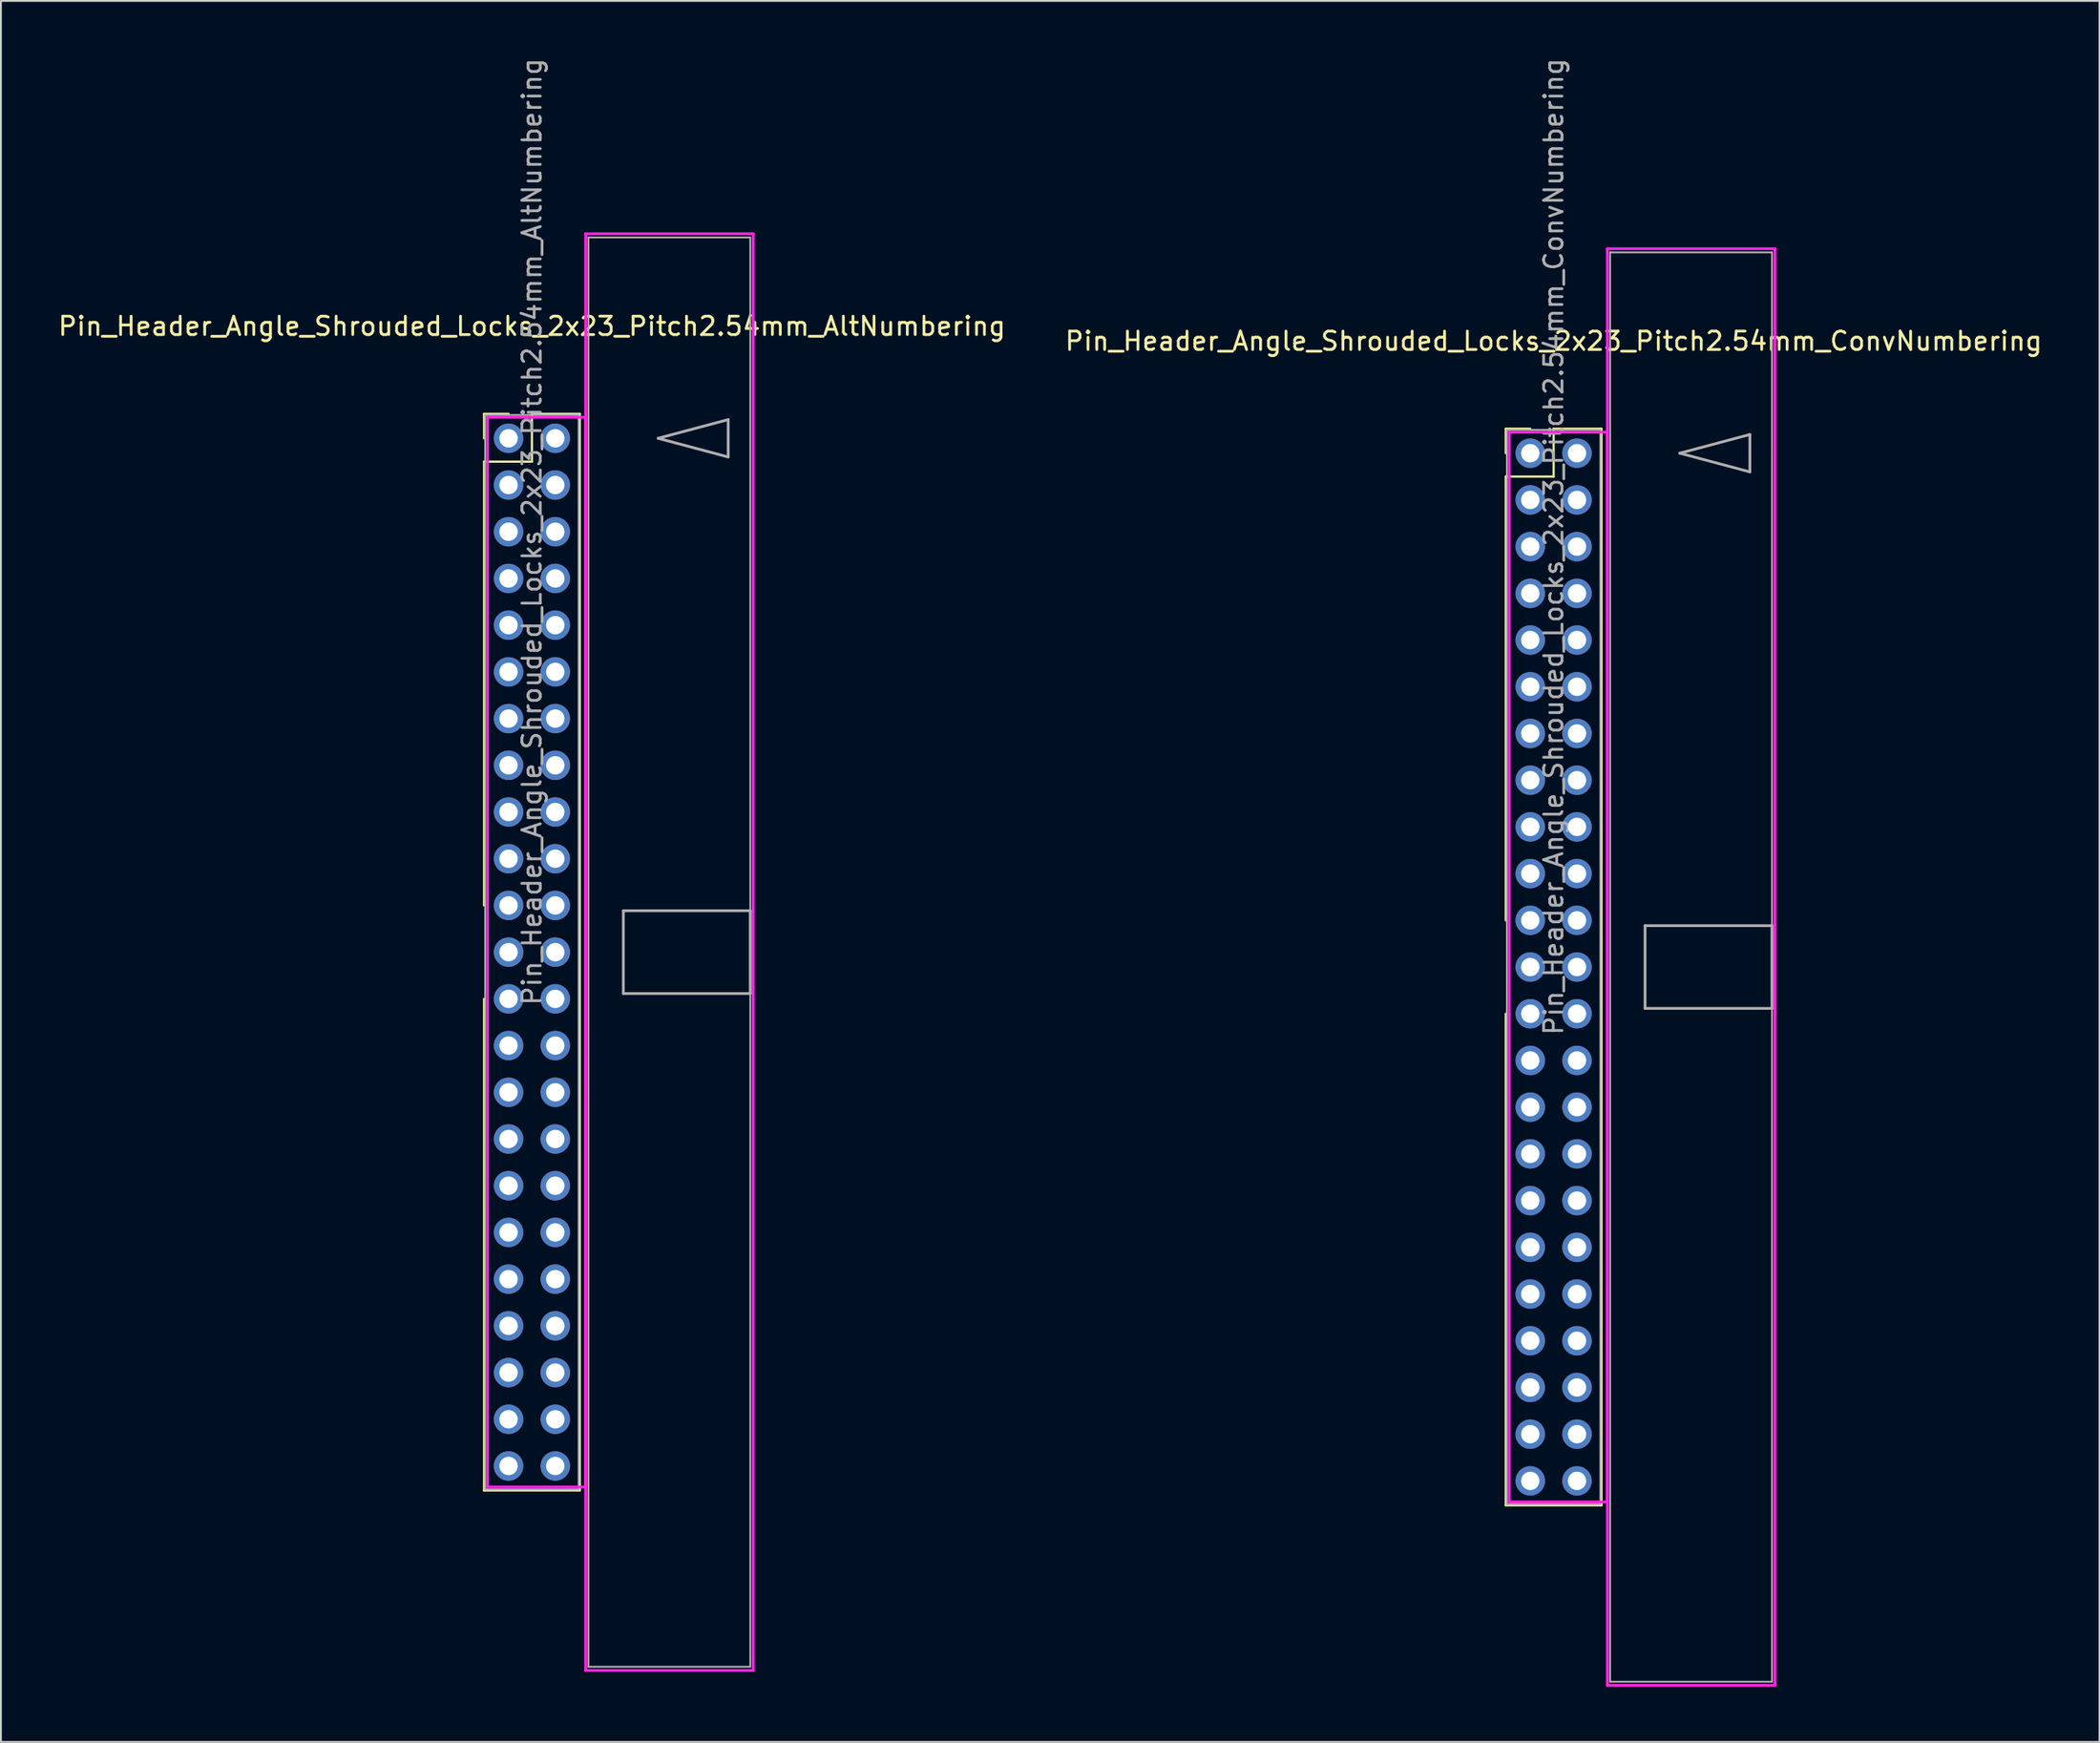
<source format=kicad_pcb>
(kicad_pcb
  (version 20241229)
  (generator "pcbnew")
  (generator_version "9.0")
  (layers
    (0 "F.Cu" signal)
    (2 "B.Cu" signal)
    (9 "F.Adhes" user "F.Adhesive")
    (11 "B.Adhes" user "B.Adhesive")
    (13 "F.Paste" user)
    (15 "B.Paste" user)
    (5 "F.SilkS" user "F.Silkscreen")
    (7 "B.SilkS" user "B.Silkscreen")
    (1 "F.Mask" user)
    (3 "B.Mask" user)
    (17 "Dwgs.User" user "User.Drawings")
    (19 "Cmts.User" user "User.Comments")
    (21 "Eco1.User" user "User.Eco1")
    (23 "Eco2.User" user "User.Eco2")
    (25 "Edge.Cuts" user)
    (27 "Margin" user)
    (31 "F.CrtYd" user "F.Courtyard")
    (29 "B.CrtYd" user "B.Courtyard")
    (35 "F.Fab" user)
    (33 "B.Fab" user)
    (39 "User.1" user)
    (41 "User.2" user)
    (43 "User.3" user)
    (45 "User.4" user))
  (footprint "Pin_Header_Angle_Shrouded_Locks_2x23_Pitch2.54mm_ConvNumbering"
    (layer "F.Cu")
    (at 80.129 21.593)
    (property "Reference" "Pin_Header_Angle_Shrouded_Locks_2x23_Pitch2.54mm_ConvNumbering" (at 1.27 -6.096 0) (layer "F.SilkS") (effects (font (size 1 1) (thickness 0.15))))
    (attr through_hole)
    (fp_line (start -1.33 -1.33) (end 0 -1.33) (stroke (width 0.12) (type solid)) (layer "F.SilkS"))
    (fp_line (start -1.33 0) (end -1.33 -1.33) (stroke (width 0.12) (type solid)) (layer "F.SilkS"))
    (fp_line (start -1.33 1.27) (end -1.33 25.4) (stroke (width 0.12) (type solid)) (layer "F.SilkS"))
    (fp_line (start -1.33 1.27) (end 1.27 1.27) (stroke (width 0.12) (type solid)) (layer "F.SilkS"))
    (fp_line (start -1.33 30.48) (end -1.33 57.21) (stroke (width 0.12) (type solid)) (layer "F.SilkS"))
    (fp_line (start -1.33 57.21) (end 3.87 57.21) (stroke (width 0.12) (type solid)) (layer "F.SilkS"))
    (fp_line (start 1.27 -1.33) (end 3.87 -1.33) (stroke (width 0.12) (type solid)) (layer "F.SilkS"))
    (fp_line (start 1.27 1.27) (end 1.27 -1.33) (stroke (width 0.12) (type solid)) (layer "F.SilkS"))
    (fp_line (start 3.87 -1.33) (end 3.87 57.21) (stroke (width 0.12) (type solid)) (layer "F.SilkS"))
    (fp_line (start -1.143 -1.143) (end -1.143 57.023) (stroke (width 0.15) (type solid)) (layer "F.CrtYd"))
    (fp_line (start -1.143 57.023) (end 4.19 57.023) (stroke (width 0.15) (type solid)) (layer "F.CrtYd"))
    (fp_line (start 4.19 -11.12) (end 4.19 67) (stroke (width 0.15) (type solid)) (layer "F.CrtYd"))
    (fp_line (start 4.19 -1.143) (end -1.143 -1.143) (stroke (width 0.15) (type solid)) (layer "F.CrtYd"))
    (fp_line (start 4.19 57.023) (end 4.19 -1.143) (stroke (width 0.15) (type solid)) (layer "F.CrtYd"))
    (fp_line (start 4.19 67) (end 13.3 67) (stroke (width 0.15) (type solid)) (layer "F.CrtYd"))
    (fp_line (start 13.3 -11.12) (end 4.19 -11.12) (stroke (width 0.15) (type solid)) (layer "F.CrtYd"))
    (fp_line (start 13.3 67) (end 13.3 -11.12) (stroke (width 0.15) (type solid)) (layer "F.CrtYd"))
    (fp_line (start -1.27 -1.27) (end -1.27 57.15) (stroke (width 0.1) (type solid)) (layer "F.Fab"))
    (fp_line (start -1.27 57.15) (end 3.81 57.15) (stroke (width 0.1) (type solid)) (layer "F.Fab"))
    (fp_line (start 3.81 -1.27) (end -1.27 -1.27) (stroke (width 0.1) (type solid)) (layer "F.Fab"))
    (fp_line (start 3.81 57.15) (end 3.81 -1.27) (stroke (width 0.1) (type solid)) (layer "F.Fab"))
    (fp_line (start 4.34 -10.92) (end 4.34 66.8) (stroke (width 0.1) (type solid)) (layer "F.Fab"))
    (fp_line (start 4.34 66.8) (end 13.14 66.8) (stroke (width 0.1) (type solid)) (layer "F.Fab"))
    (fp_line (start 6.24 25.69) (end 6.24 30.19) (stroke (width 0.15) (type solid)) (layer "F.Fab"))
    (fp_line (start 6.24 30.19) (end 13.14 30.19) (stroke (width 0.15) (type solid)) (layer "F.Fab"))
    (fp_line (start 8.128 0) (end 11.938 -1.016) (stroke (width 0.15) (type solid)) (layer "F.Fab"))
    (fp_line (start 11.938 -1.016) (end 11.938 1.016) (stroke (width 0.15) (type solid)) (layer "F.Fab"))
    (fp_line (start 11.938 1.016) (end 8.128 0) (stroke (width 0.15) (type solid)) (layer "F.Fab"))
    (fp_line (start 13.14 -10.92) (end 4.34 -10.92) (stroke (width 0.1) (type solid)) (layer "F.Fab"))
    (fp_line (start 13.14 25.69) (end 6.24 25.69) (stroke (width 0.15) (type solid)) (layer "F.Fab"))
    (fp_line (start 13.14 30.19) (end 13.14 25.69) (stroke (width 0.15) (type solid)) (layer "F.Fab"))
    (fp_line (start 13.14 66.8) (end 13.14 -10.92) (stroke (width 0.1) (type solid)) (layer "F.Fab"))
    (fp_text user "${REFERENCE}" (at 1.27 5.08 90) (layer "F.Fab") (effects (font (size 1 1) (thickness 0.15))))
    (pad "1" thru_hole oval (at 0 0) (size 1.6 1.6) (drill 1) (layers "*.Cu" "*.Mask"))
    (pad "2" thru_hole oval (at 2.54 0) (size 1.6 1.6) (drill 1) (layers "*.Cu" "*.Mask"))
    (pad "3" thru_hole oval (at 0 2.54) (size 1.6 1.6) (drill 1) (layers "*.Cu" "*.Mask"))
    (pad "4" thru_hole oval (at 2.54 2.54) (size 1.6 1.6) (drill 1) (layers "*.Cu" "*.Mask"))
    (pad "5" thru_hole oval (at 0 5.08) (size 1.6 1.6) (drill 1) (layers "*.Cu" "*.Mask"))
    (pad "6" thru_hole oval (at 2.54 5.08) (size 1.6 1.6) (drill 1) (layers "*.Cu" "*.Mask"))
    (pad "7" thru_hole oval (at 0 7.62) (size 1.6 1.6) (drill 1) (layers "*.Cu" "*.Mask"))
    (pad "8" thru_hole oval (at 2.54 7.62) (size 1.6 1.6) (drill 1) (layers "*.Cu" "*.Mask"))
    (pad "9" thru_hole oval (at 0 10.16) (size 1.6 1.6) (drill 1) (layers "*.Cu" "*.Mask"))
    (pad "10" thru_hole oval (at 2.54 10.16) (size 1.6 1.6) (drill 1) (layers "*.Cu" "*.Mask"))
    (pad "11" thru_hole oval (at 0 12.7) (size 1.6 1.6) (drill 1) (layers "*.Cu" "*.Mask"))
    (pad "12" thru_hole oval (at 2.54 12.7) (size 1.6 1.6) (drill 1) (layers "*.Cu" "*.Mask"))
    (pad "13" thru_hole oval (at 0 15.24) (size 1.6 1.6) (drill 1) (layers "*.Cu" "*.Mask"))
    (pad "14" thru_hole oval (at 2.54 15.24) (size 1.6 1.6) (drill 1) (layers "*.Cu" "*.Mask"))
    (pad "15" thru_hole oval (at 0 17.78) (size 1.6 1.6) (drill 1) (layers "*.Cu" "*.Mask"))
    (pad "16" thru_hole oval (at 2.54 17.78) (size 1.6 1.6) (drill 1) (layers "*.Cu" "*.Mask"))
    (pad "17" thru_hole oval (at 0 20.32) (size 1.6 1.6) (drill 1) (layers "*.Cu" "*.Mask"))
    (pad "18" thru_hole oval (at 2.54 20.32) (size 1.6 1.6) (drill 1) (layers "*.Cu" "*.Mask"))
    (pad "19" thru_hole oval (at 0 22.86) (size 1.6 1.6) (drill 1) (layers "*.Cu" "*.Mask"))
    (pad "20" thru_hole oval (at 2.54 22.86) (size 1.6 1.6) (drill 1) (layers "*.Cu" "*.Mask"))
    (pad "21" thru_hole oval (at 0 25.4) (size 1.6 1.6) (drill 1) (layers "*.Cu" "*.Mask"))
    (pad "22" thru_hole oval (at 2.54 25.4) (size 1.6 1.6) (drill 1) (layers "*.Cu" "*.Mask"))
    (pad "23" thru_hole oval (at 0 27.94) (size 1.6 1.6) (drill 1) (layers "*.Cu" "*.Mask"))
    (pad "24" thru_hole oval (at 2.54 27.94) (size 1.6 1.6) (drill 1) (layers "*.Cu" "*.Mask"))
    (pad "25" thru_hole oval (at 0 30.48) (size 1.6 1.6) (drill 1) (layers "*.Cu" "*.Mask"))
    (pad "26" thru_hole oval (at 2.54 30.48) (size 1.6 1.6) (drill 1) (layers "*.Cu" "*.Mask"))
    (pad "27" thru_hole oval (at 0 33.02) (size 1.6 1.6) (drill 1) (layers "*.Cu" "*.Mask"))
    (pad "28" thru_hole oval (at 2.54 33.02) (size 1.6 1.6) (drill 1) (layers "*.Cu" "*.Mask"))
    (pad "29" thru_hole oval (at 0 35.56) (size 1.6 1.6) (drill 1) (layers "*.Cu" "*.Mask"))
    (pad "30" thru_hole oval (at 2.54 35.56) (size 1.6 1.6) (drill 1) (layers "*.Cu" "*.Mask"))
    (pad "31" thru_hole oval (at 0 38.1) (size 1.6 1.6) (drill 1) (layers "*.Cu" "*.Mask"))
    (pad "32" thru_hole oval (at 2.54 38.1) (size 1.6 1.6) (drill 1) (layers "*.Cu" "*.Mask"))
    (pad "33" thru_hole oval (at 0 40.64) (size 1.6 1.6) (drill 1) (layers "*.Cu" "*.Mask"))
    (pad "34" thru_hole oval (at 2.54 40.64) (size 1.6 1.6) (drill 1) (layers "*.Cu" "*.Mask"))
    (pad "35" thru_hole oval (at 0 43.18) (size 1.6 1.6) (drill 1) (layers "*.Cu" "*.Mask"))
    (pad "36" thru_hole oval (at 2.54 43.18) (size 1.6 1.6) (drill 1) (layers "*.Cu" "*.Mask"))
    (pad "37" thru_hole oval (at 0 45.72) (size 1.6 1.6) (drill 1) (layers "*.Cu" "*.Mask"))
    (pad "38" thru_hole oval (at 2.54 45.72) (size 1.6 1.6) (drill 1) (layers "*.Cu" "*.Mask"))
    (pad "39" thru_hole oval (at 0 48.26) (size 1.6 1.6) (drill 1) (layers "*.Cu" "*.Mask"))
    (pad "40" thru_hole oval (at 2.54 48.26) (size 1.6 1.6) (drill 1) (layers "*.Cu" "*.Mask"))
    (pad "41" thru_hole oval (at 0 50.8) (size 1.6 1.6) (drill 1) (layers "*.Cu" "*.Mask"))
    (pad "42" thru_hole oval (at 2.54 50.8) (size 1.6 1.6) (drill 1) (layers "*.Cu" "*.Mask"))
    (pad "43" thru_hole oval (at 0 53.34) (size 1.6 1.6) (drill 1) (layers "*.Cu" "*.Mask"))
    (pad "44" thru_hole oval (at 2.54 53.34) (size 1.6 1.6) (drill 1) (layers "*.Cu" "*.Mask"))
    (pad "45" thru_hole oval (at 0 55.88) (size 1.6 1.6) (drill 1) (layers "*.Cu" "*.Mask"))
    (pad "46" thru_hole oval (at 2.54 55.88) (size 1.6 1.6) (drill 1) (layers "*.Cu" "*.Mask")))
  (footprint "Pin_Header_Angle_Shrouded_Locks_2x23_Pitch2.54mm_AltNumbering"
    (layer "F.Cu")
    (at 24.593 20.783)
    (property "Reference" "Pin_Header_Angle_Shrouded_Locks_2x23_Pitch2.54mm_AltNumbering" (at 1.27 -6.096 0) (layer "F.SilkS") (effects (font (size 1 1) (thickness 0.15))))
    (attr through_hole)
    (fp_line (start -1.33 -1.33) (end 0 -1.33) (stroke (width 0.12) (type solid)) (layer "F.SilkS"))
    (fp_line (start -1.33 0) (end -1.33 -1.33) (stroke (width 0.12) (type solid)) (layer "F.SilkS"))
    (fp_line (start -1.33 1.27) (end -1.33 25.4) (stroke (width 0.12) (type solid)) (layer "F.SilkS"))
    (fp_line (start -1.33 1.27) (end 1.27 1.27) (stroke (width 0.12) (type solid)) (layer "F.SilkS"))
    (fp_line (start -1.33 30.48) (end -1.33 57.21) (stroke (width 0.12) (type solid)) (layer "F.SilkS"))
    (fp_line (start -1.33 57.21) (end 3.87 57.21) (stroke (width 0.12) (type solid)) (layer "F.SilkS"))
    (fp_line (start 1.27 -1.33) (end 3.87 -1.33) (stroke (width 0.12) (type solid)) (layer "F.SilkS"))
    (fp_line (start 1.27 1.27) (end 1.27 -1.33) (stroke (width 0.12) (type solid)) (layer "F.SilkS"))
    (fp_line (start 3.87 -1.33) (end 3.87 57.21) (stroke (width 0.12) (type solid)) (layer "F.SilkS"))
    (fp_line (start -1.143 -1.143) (end -1.143 57.023) (stroke (width 0.15) (type solid)) (layer "F.CrtYd"))
    (fp_line (start -1.143 57.023) (end 4.19 57.023) (stroke (width 0.15) (type solid)) (layer "F.CrtYd"))
    (fp_line (start 4.19 -11.12) (end 4.19 67) (stroke (width 0.15) (type solid)) (layer "F.CrtYd"))
    (fp_line (start 4.19 -1.143) (end -1.143 -1.143) (stroke (width 0.15) (type solid)) (layer "F.CrtYd"))
    (fp_line (start 4.19 57.023) (end 4.19 -1.143) (stroke (width 0.15) (type solid)) (layer "F.CrtYd"))
    (fp_line (start 4.19 67) (end 13.3 67) (stroke (width 0.15) (type solid)) (layer "F.CrtYd"))
    (fp_line (start 13.3 -11.12) (end 4.19 -11.12) (stroke (width 0.15) (type solid)) (layer "F.CrtYd"))
    (fp_line (start 13.3 67) (end 13.3 -11.12) (stroke (width 0.15) (type solid)) (layer "F.CrtYd"))
    (fp_line (start -1.27 -1.27) (end -1.27 57.15) (stroke (width 0.1) (type solid)) (layer "F.Fab"))
    (fp_line (start -1.27 57.15) (end 3.81 57.15) (stroke (width 0.1) (type solid)) (layer "F.Fab"))
    (fp_line (start 3.81 -1.27) (end -1.27 -1.27) (stroke (width 0.1) (type solid)) (layer "F.Fab"))
    (fp_line (start 3.81 57.15) (end 3.81 -1.27) (stroke (width 0.1) (type solid)) (layer "F.Fab"))
    (fp_line (start 4.34 -10.92) (end 4.34 66.8) (stroke (width 0.1) (type solid)) (layer "F.Fab"))
    (fp_line (start 4.34 66.8) (end 13.14 66.8) (stroke (width 0.1) (type solid)) (layer "F.Fab"))
    (fp_line (start 6.24 25.69) (end 6.24 30.19) (stroke (width 0.15) (type solid)) (layer "F.Fab"))
    (fp_line (start 6.24 30.19) (end 13.14 30.19) (stroke (width 0.15) (type solid)) (layer "F.Fab"))
    (fp_line (start 8.128 0) (end 11.938 -1.016) (stroke (width 0.15) (type solid)) (layer "F.Fab"))
    (fp_line (start 11.938 -1.016) (end 11.938 1.016) (stroke (width 0.15) (type solid)) (layer "F.Fab"))
    (fp_line (start 11.938 1.016) (end 8.128 0) (stroke (width 0.15) (type solid)) (layer "F.Fab"))
    (fp_line (start 13.14 -10.92) (end 4.34 -10.92) (stroke (width 0.1) (type solid)) (layer "F.Fab"))
    (fp_line (start 13.14 25.69) (end 6.24 25.69) (stroke (width 0.15) (type solid)) (layer "F.Fab"))
    (fp_line (start 13.14 30.19) (end 13.14 25.69) (stroke (width 0.15) (type solid)) (layer "F.Fab"))
    (fp_line (start 13.14 66.8) (end 13.14 -10.92) (stroke (width 0.1) (type solid)) (layer "F.Fab"))
    (fp_text user "${REFERENCE}" (at 1.27 5.08 90) (layer "F.Fab") (effects (font (size 1 1) (thickness 0.15))))
    (pad "1" thru_hole oval (at 0 0) (size 1.6 1.6) (drill 1) (layers "*.Cu" "*.Mask"))
    (pad "2" thru_hole oval (at 0 2.54) (size 1.6 1.6) (drill 1) (layers "*.Cu" "*.Mask"))
    (pad "3" thru_hole oval (at 0 5.08) (size 1.6 1.6) (drill 1) (layers "*.Cu" "*.Mask"))
    (pad "4" thru_hole oval (at 0 7.62) (size 1.6 1.6) (drill 1) (layers "*.Cu" "*.Mask"))
    (pad "5" thru_hole oval (at 0 10.16) (size 1.6 1.6) (drill 1) (layers "*.Cu" "*.Mask"))
    (pad "6" thru_hole oval (at 0 12.7) (size 1.6 1.6) (drill 1) (layers "*.Cu" "*.Mask"))
    (pad "7" thru_hole oval (at 0 15.24) (size 1.6 1.6) (drill 1) (layers "*.Cu" "*.Mask"))
    (pad "8" thru_hole oval (at 0 17.78) (size 1.6 1.6) (drill 1) (layers "*.Cu" "*.Mask"))
    (pad "9" thru_hole oval (at 0 20.32) (size 1.6 1.6) (drill 1) (layers "*.Cu" "*.Mask"))
    (pad "10" thru_hole oval (at 0 22.86) (size 1.6 1.6) (drill 1) (layers "*.Cu" "*.Mask"))
    (pad "11" thru_hole oval (at 0 25.4) (size 1.6 1.6) (drill 1) (layers "*.Cu" "*.Mask"))
    (pad "12" thru_hole oval (at 0 27.94) (size 1.6 1.6) (drill 1) (layers "*.Cu" "*.Mask"))
    (pad "13" thru_hole oval (at 0 30.48) (size 1.6 1.6) (drill 1) (layers "*.Cu" "*.Mask"))
    (pad "14" thru_hole oval (at 0 33.02) (size 1.6 1.6) (drill 1) (layers "*.Cu" "*.Mask"))
    (pad "15" thru_hole oval (at 0 35.56) (size 1.6 1.6) (drill 1) (layers "*.Cu" "*.Mask"))
    (pad "16" thru_hole oval (at 0 38.1) (size 1.6 1.6) (drill 1) (layers "*.Cu" "*.Mask"))
    (pad "17" thru_hole oval (at 0 40.64) (size 1.6 1.6) (drill 1) (layers "*.Cu" "*.Mask"))
    (pad "18" thru_hole oval (at 0 43.18) (size 1.6 1.6) (drill 1) (layers "*.Cu" "*.Mask"))
    (pad "19" thru_hole oval (at 0 45.72) (size 1.6 1.6) (drill 1) (layers "*.Cu" "*.Mask"))
    (pad "20" thru_hole oval (at 0 48.26) (size 1.6 1.6) (drill 1) (layers "*.Cu" "*.Mask"))
    (pad "21" thru_hole oval (at 0 50.8) (size 1.6 1.6) (drill 1) (layers "*.Cu" "*.Mask"))
    (pad "22" thru_hole oval (at 0 53.34) (size 1.6 1.6) (drill 1) (layers "*.Cu" "*.Mask"))
    (pad "23" thru_hole oval (at 0 55.88) (size 1.6 1.6) (drill 1) (layers "*.Cu" "*.Mask"))
    (pad "24" thru_hole oval (at 2.54 0) (size 1.6 1.6) (drill 1) (layers "*.Cu" "*.Mask"))
    (pad "25" thru_hole oval (at 2.54 2.54) (size 1.6 1.6) (drill 1) (layers "*.Cu" "*.Mask"))
    (pad "26" thru_hole oval (at 2.54 5.08) (size 1.6 1.6) (drill 1) (layers "*.Cu" "*.Mask"))
    (pad "27" thru_hole oval (at 2.54 7.62) (size 1.6 1.6) (drill 1) (layers "*.Cu" "*.Mask"))
    (pad "28" thru_hole oval (at 2.54 10.16) (size 1.6 1.6) (drill 1) (layers "*.Cu" "*.Mask"))
    (pad "29" thru_hole oval (at 2.54 12.7) (size 1.6 1.6) (drill 1) (layers "*.Cu" "*.Mask"))
    (pad "30" thru_hole oval (at 2.54 15.24) (size 1.6 1.6) (drill 1) (layers "*.Cu" "*.Mask"))
    (pad "31" thru_hole oval (at 2.54 17.78) (size 1.6 1.6) (drill 1) (layers "*.Cu" "*.Mask"))
    (pad "32" thru_hole oval (at 2.54 20.32) (size 1.6 1.6) (drill 1) (layers "*.Cu" "*.Mask"))
    (pad "33" thru_hole oval (at 2.54 22.86) (size 1.6 1.6) (drill 1) (layers "*.Cu" "*.Mask"))
    (pad "34" thru_hole oval (at 2.54 25.4) (size 1.6 1.6) (drill 1) (layers "*.Cu" "*.Mask"))
    (pad "35" thru_hole oval (at 2.54 27.94) (size 1.6 1.6) (drill 1) (layers "*.Cu" "*.Mask"))
    (pad "36" thru_hole oval (at 2.54 30.48) (size 1.6 1.6) (drill 1) (layers "*.Cu" "*.Mask"))
    (pad "37" thru_hole oval (at 2.54 33.02) (size 1.6 1.6) (drill 1) (layers "*.Cu" "*.Mask"))
    (pad "38" thru_hole oval (at 2.54 35.56) (size 1.6 1.6) (drill 1) (layers "*.Cu" "*.Mask"))
    (pad "39" thru_hole oval (at 2.54 38.1) (size 1.6 1.6) (drill 1) (layers "*.Cu" "*.Mask"))
    (pad "40" thru_hole oval (at 2.54 40.64) (size 1.6 1.6) (drill 1) (layers "*.Cu" "*.Mask"))
    (pad "41" thru_hole oval (at 2.54 43.18) (size 1.6 1.6) (drill 1) (layers "*.Cu" "*.Mask"))
    (pad "42" thru_hole oval (at 2.54 45.72) (size 1.6 1.6) (drill 1) (layers "*.Cu" "*.Mask"))
    (pad "43" thru_hole oval (at 2.54 48.26) (size 1.6 1.6) (drill 1) (layers "*.Cu" "*.Mask"))
    (pad "44" thru_hole oval (at 2.54 50.8) (size 1.6 1.6) (drill 1) (layers "*.Cu" "*.Mask"))
    (pad "45" thru_hole oval (at 2.54 53.34) (size 1.6 1.6) (drill 1) (layers "*.Cu" "*.Mask"))
    (pad "46" thru_hole oval (at 2.54 55.88) (size 1.6 1.6) (drill 1) (layers "*.Cu" "*.Mask")))
  (gr_rect
    (start -3 -3)
    (end 111.071 91.668)
    (stroke (width 0.1) (type default))
    (fill no)
    (layer "Edge.Cuts")))
</source>
